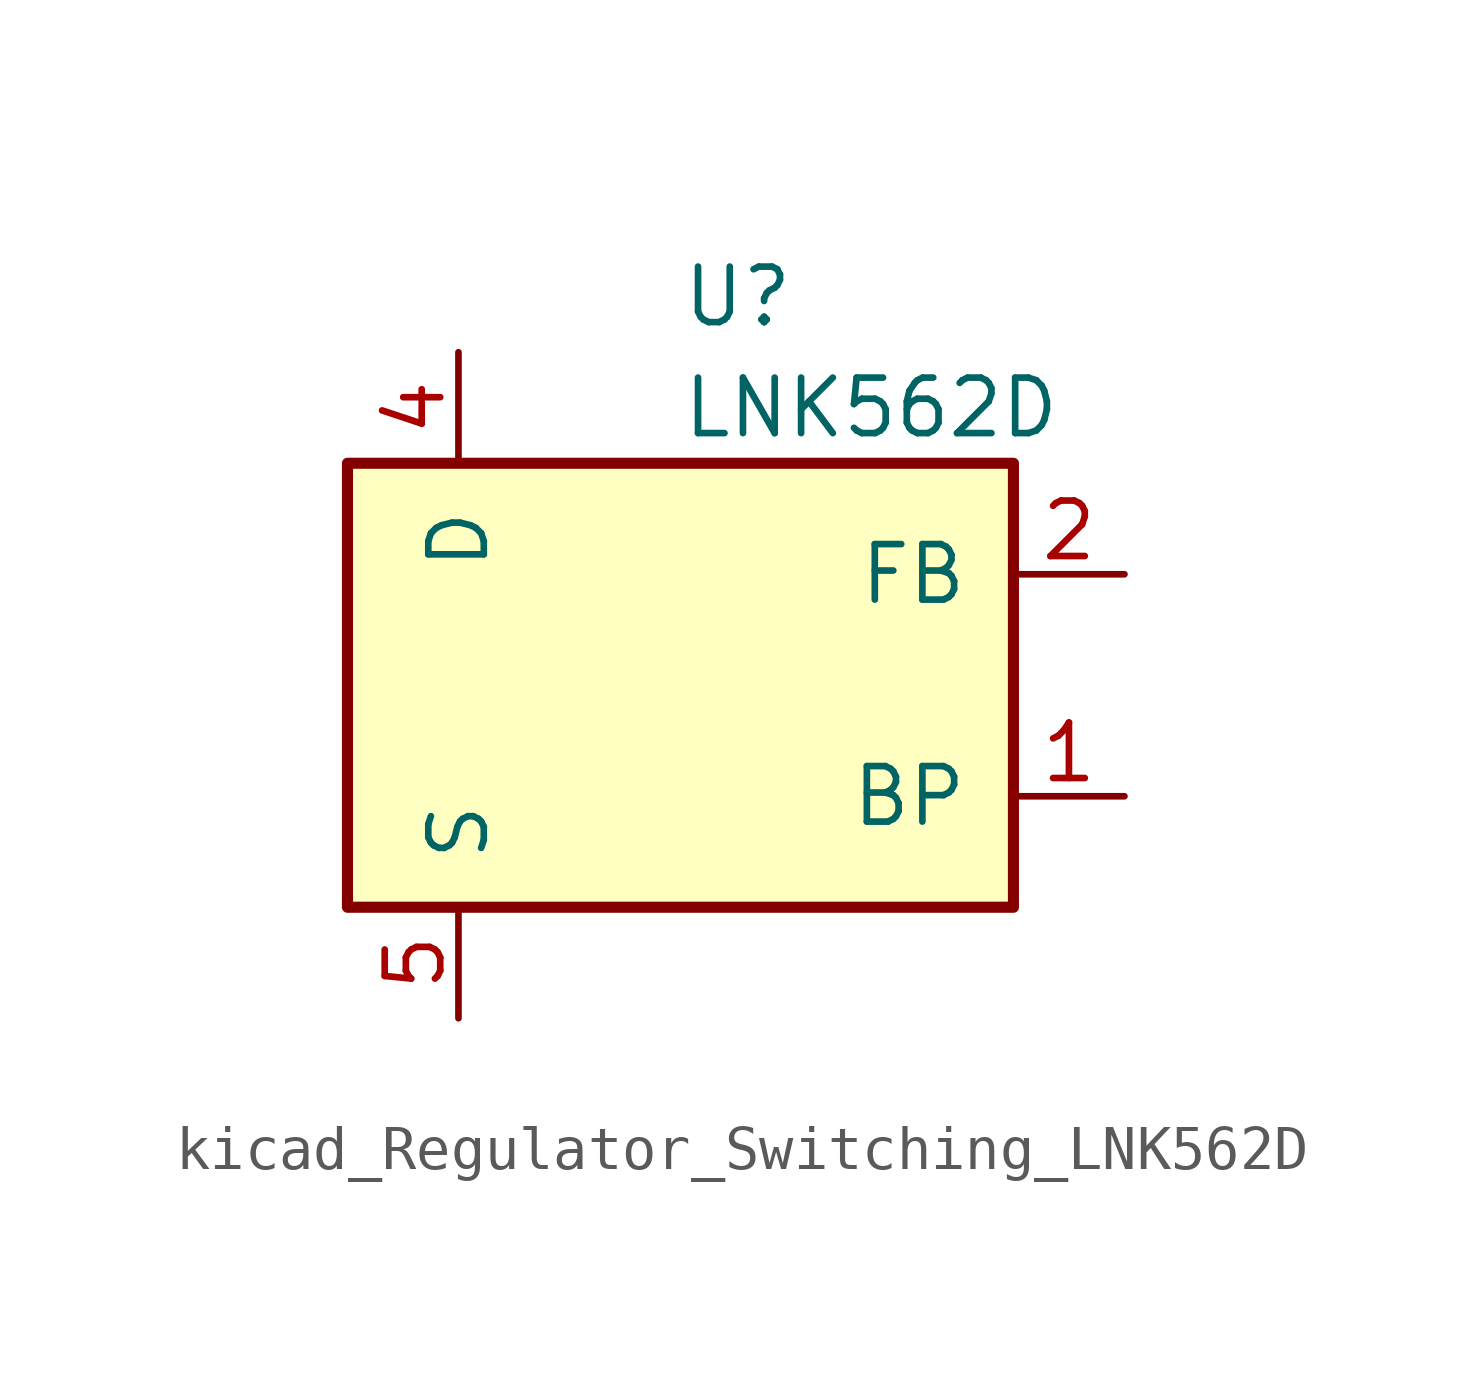
<source format=kicad_sym>
(kicad_symbol_lib
  (version 20220914)
  (generator kicad_symbol_editor)
  (symbol "kicad_Regulator_Switching_LNK562D"
    (pin_names
      (offset 1.016))
    (property "Reference" "U"
      (at 0 8.89 0)
      (effects (font (size 1.27 1.27)) (justify left)))
    (property "Value" "LNK562D"
      (at 0 6.35 0)
      (effects (font (size 1.27 1.27)) (justify left)))
    (symbol "kicad_Regulator_Switching_LNK562D_0_1"
      (rectangle (start -7.62 5.08) (end 7.62 -5.08) (stroke (width 0.254) (type default)) (fill (type background))))
    (symbol "kicad_Regulator_Switching_LNK562D_1_1"
      (pin input line (at 10.16 -2.54 180) (length 2.54) (name "BP" (effects (font (size 1.27 1.27)))) (number "1" (effects (font (size 1.27 1.27)))))
      (pin input line (at 10.16 2.54 180) (length 2.54) (name "FB" (effects (font (size 1.27 1.27)))) (number "2" (effects (font (size 1.27 1.27)))))
      (pin open_collector line (at -5.08 7.62 270) (length 2.54) (name "D" (effects (font (size 1.27 1.27)))) (number "4" (effects (font (size 1.27 1.27)))))
      (pin power_in line (at -5.08 -7.62 90) (length 2.54) (name "S" (effects (font (size 1.27 1.27)))) (number "5" (effects (font (size 1.27 1.27)))))
      (pin passive line (at -5.08 -7.62 90) (length 2.54) hide (name "S" (effects (font (size 1.27 1.27)))) (number "6" (effects (font (size 1.27 1.27)))))
      (pin passive line (at -5.08 -7.62 90) (length 2.54) hide (name "S" (effects (font (size 1.27 1.27)))) (number "7" (effects (font (size 1.27 1.27)))))
      (pin passive line (at -5.08 -7.62 90) (length 2.54) hide (name "S" (effects (font (size 1.27 1.27)))) (number "8" (effects (font (size 1.27 1.27))))))))
</source>
